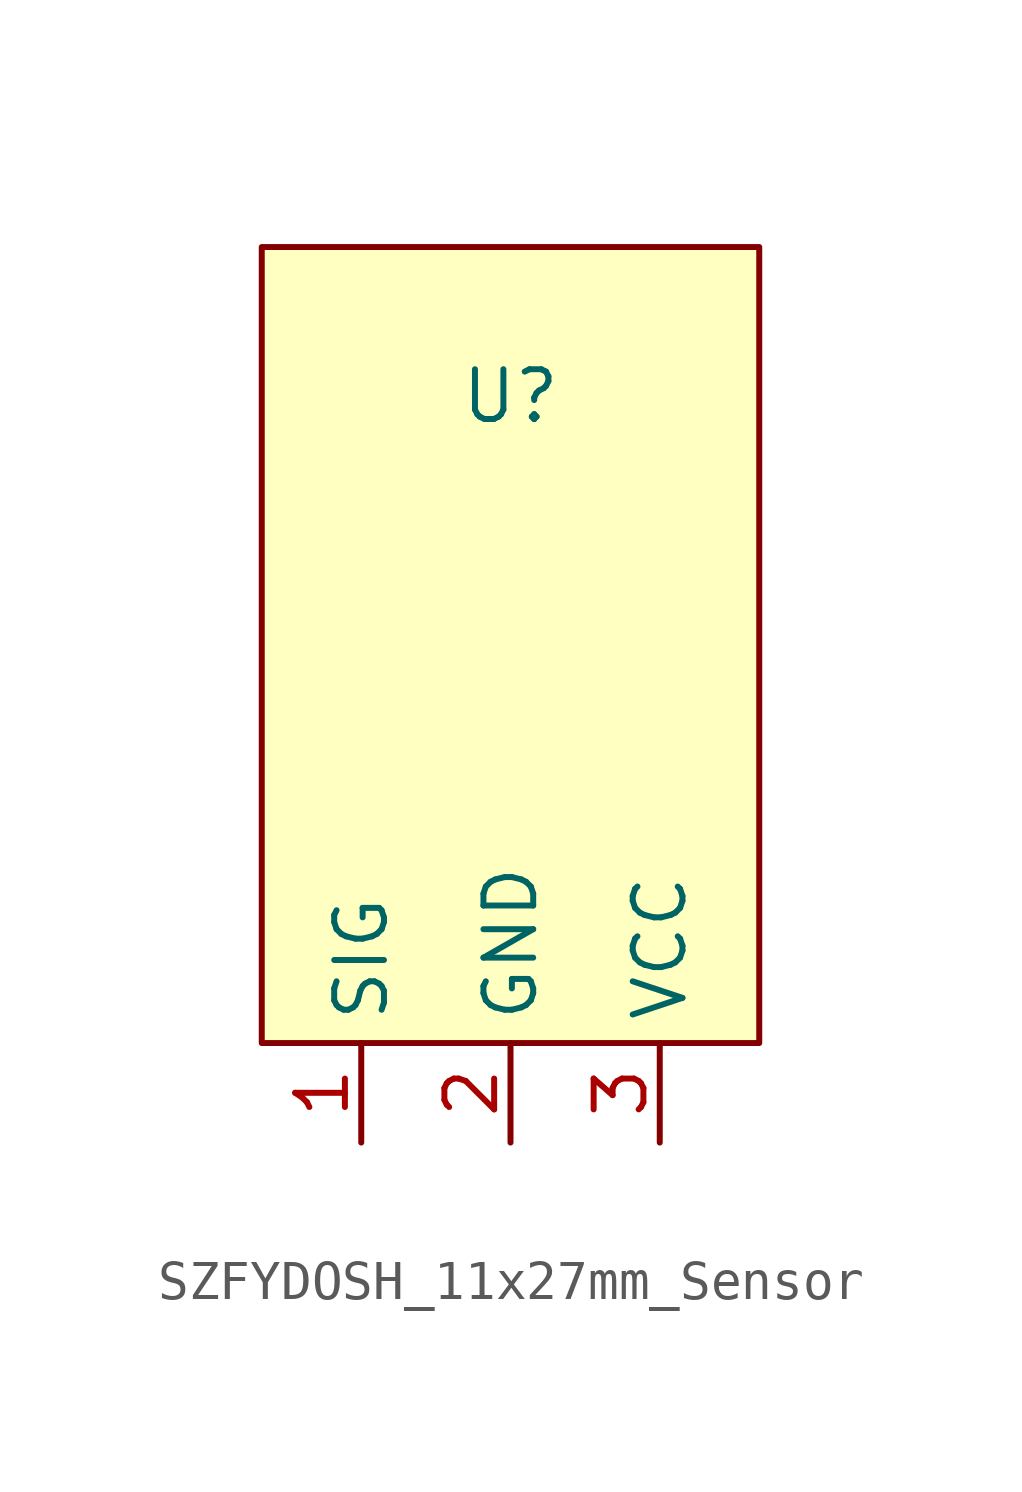
<source format=kicad_sym>
(kicad_symbol_lib
  (version 20241209)
  (generator "kicad_symbol_editor")
  (generator_version "9.0")
  (symbol "SZFYDOSH_11x27mm_Sensor"
    (property "Reference" "U"
      (at 0 6.35 0)
      (effects (font (size 1.27 1.27))))
    (property "Value" ""
      (at 0 0 0)
      (effects (font (size 1.27 1.27))))
    (symbol "SZFYDOSH_11x27mm_Sensor_1_1"
      (rectangle (start -6.35 10.16) (end 6.35 -10.16) (stroke (width 0) (type solid)) (fill (type background)))
      (pin output line (at -3.81 -12.7 90) (length 2.54) (name "SIG" (effects (font (size 1.27 1.27)))) (number "1" (effects (font (size 1.27 1.27)))))
      (pin power_out line (at 0 -12.7 90) (length 2.54) (name "GND" (effects (font (size 1.27 1.27)))) (number "2" (effects (font (size 1.27 1.27)))))
      (pin power_in line (at 3.81 -12.7 90) (length 2.54) (name "VCC" (effects (font (size 1.27 1.27)))) (number "3" (effects (font (size 1.27 1.27))))))))
</source>
